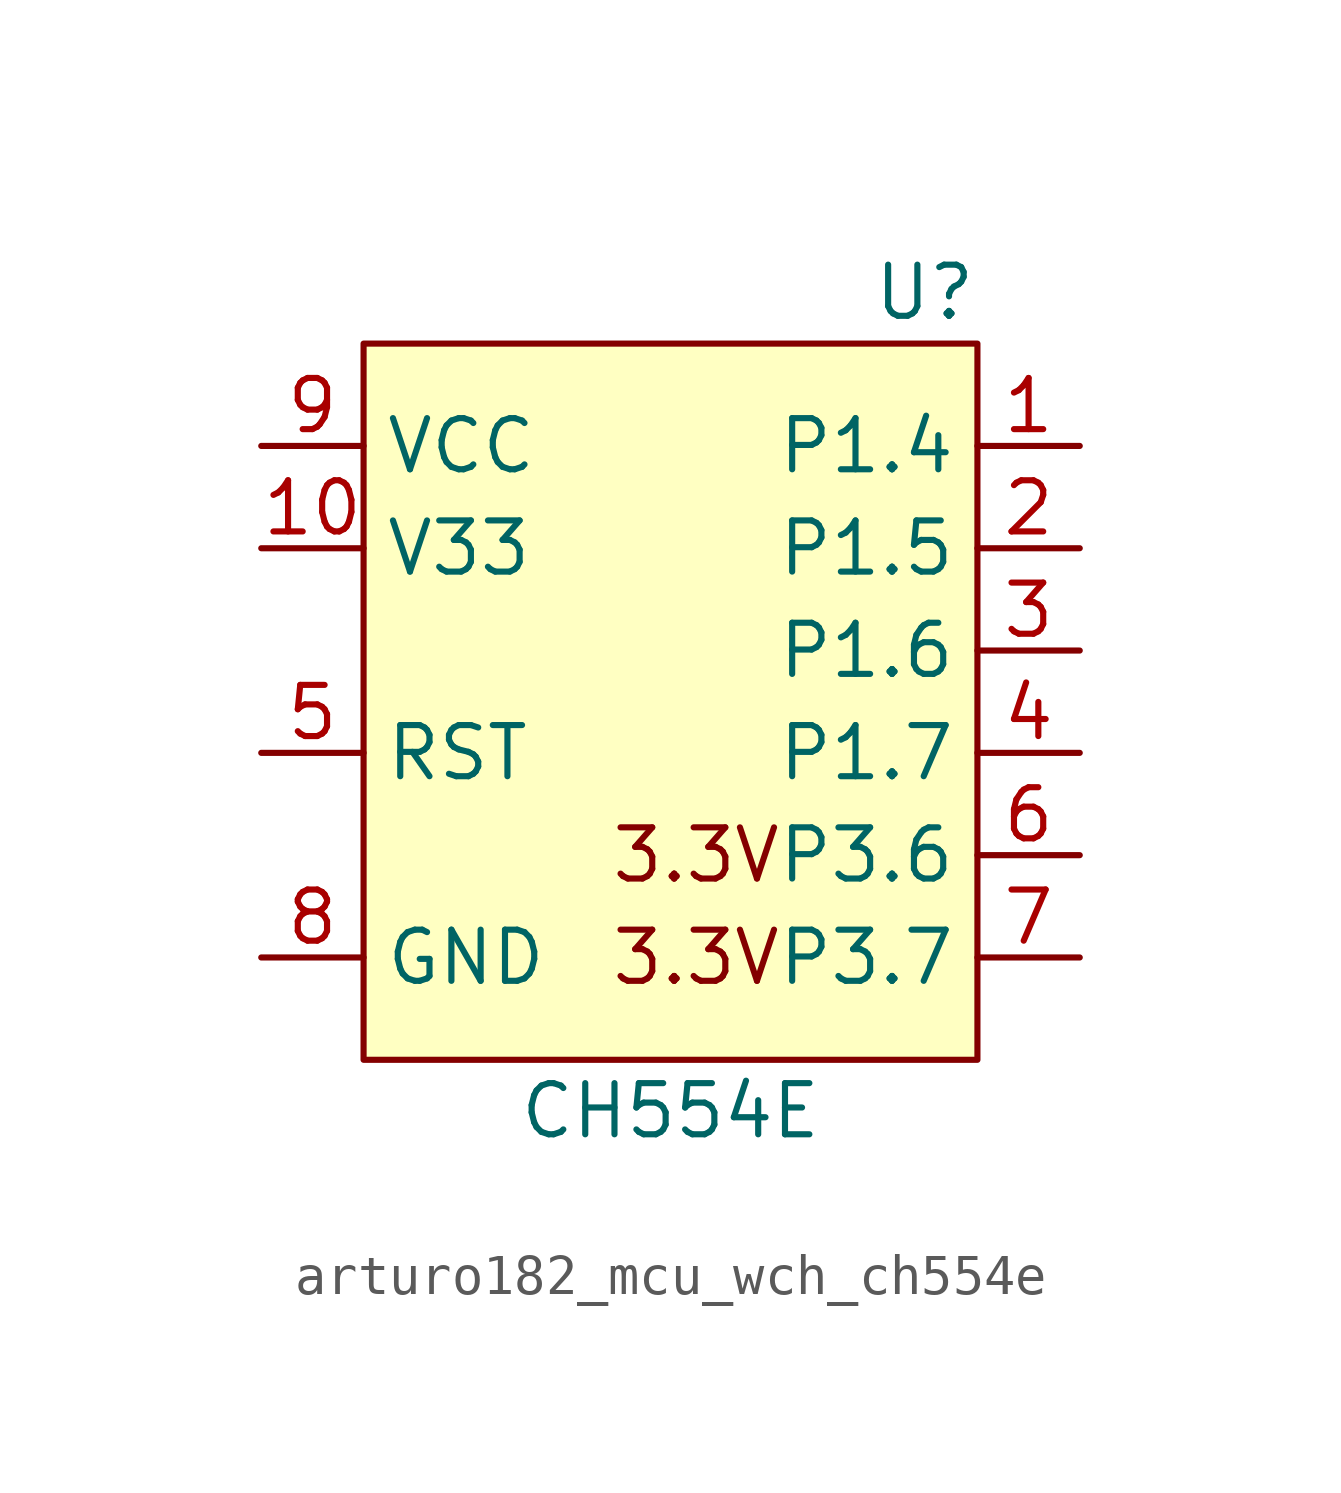
<source format=kicad_sym>
(kicad_symbol_lib
  (version 20220914)
  (generator kicad_symbol_editor)
  (symbol "MCU_WCH:arturo182_mcu_wch_ch554e"
    (property "Reference" "U"
      (at 7.62 11.43 0)
      (effects (font (size 1.27 1.27)) (justify right)))
    (property "Value" "CH554E"
      (at 0 -8.89 0)
      (effects (font (size 1.27 1.27))))
    (symbol "arturo182_mcu_wch_ch554e_0_0"
      (text "3.3V" (at 0.635 -5.08 0) (effects (font (size 1.27 1.27))))
      (text "3.3V" (at 0.635 -2.54 0) (effects (font (size 1.27 1.27))))
      (pin bidirectional line (at 10.16 7.62 180) (length 2.54) (name "P1.4" (effects (font (size 1.27 1.27)))) (number "1" (effects (font (size 1.27 1.27)))) (alternate "AIN1" bidirectional line) (alternate "CAP1" bidirectional line) (alternate "SCS" bidirectional line) (alternate "T2" bidirectional line) (alternate "TIN2" bidirectional line) (alternate "UCC1" bidirectional line))
      (pin power_out line (at -10.16 5.08 0) (length 2.54) (name "V33" (effects (font (size 1.27 1.27)))) (number "10" (effects (font (size 1.27 1.27)))))
      (pin bidirectional line (at 10.16 5.08 180) (length 2.54) (name "P1.5" (effects (font (size 1.27 1.27)))) (number "2" (effects (font (size 1.27 1.27)))) (alternate "AIN2" bidirectional line) (alternate "MOSI" bidirectional line) (alternate "PWM1" bidirectional line) (alternate "TIN3" bidirectional line) (alternate "UCC2" bidirectional line))
      (pin bidirectional line (at 10.16 2.54 180) (length 2.54) (name "P1.6" (effects (font (size 1.27 1.27)))) (number "3" (effects (font (size 1.27 1.27)))) (alternate "MISO" bidirectional line) (alternate "RXD1" bidirectional line) (alternate "TIN4" bidirectional line))
      (pin bidirectional line (at 10.16 0 180) (length 2.54) (name "P1.7" (effects (font (size 1.27 1.27)))) (number "4" (effects (font (size 1.27 1.27)))) (alternate "SCK" bidirectional line) (alternate "TIN5" bidirectional line) (alternate "TXD1" bidirectional line))
      (pin bidirectional line (at -10.16 0 0) (length 2.54) (name "RST" (effects (font (size 1.27 1.27)))) (number "5" (effects (font (size 1.27 1.27)))))
      (pin bidirectional line (at 10.16 -2.54 180) (length 2.54) (name "P3.6" (effects (font (size 1.27 1.27)))) (number "6" (effects (font (size 1.27 1.27)))) (alternate "USB_D+" bidirectional line))
      (pin bidirectional line (at 10.16 -5.08 180) (length 2.54) (name "P3.7" (effects (font (size 1.27 1.27)))) (number "7" (effects (font (size 1.27 1.27)))) (alternate "USB_D-" bidirectional line))
      (pin power_in line (at -10.16 -5.08 0) (length 2.54) (name "GND" (effects (font (size 1.27 1.27)))) (number "8" (effects (font (size 1.27 1.27)))))
      (pin power_in line (at -10.16 7.62 0) (length 2.54) (name "VCC" (effects (font (size 1.27 1.27)))) (number "9" (effects (font (size 1.27 1.27))))))
    (symbol "arturo182_mcu_wch_ch554e_0_1"
      (rectangle (start -7.62 10.16) (end 7.62 -7.62) (stroke (width 0.152)) (fill (type background))))))
</source>
